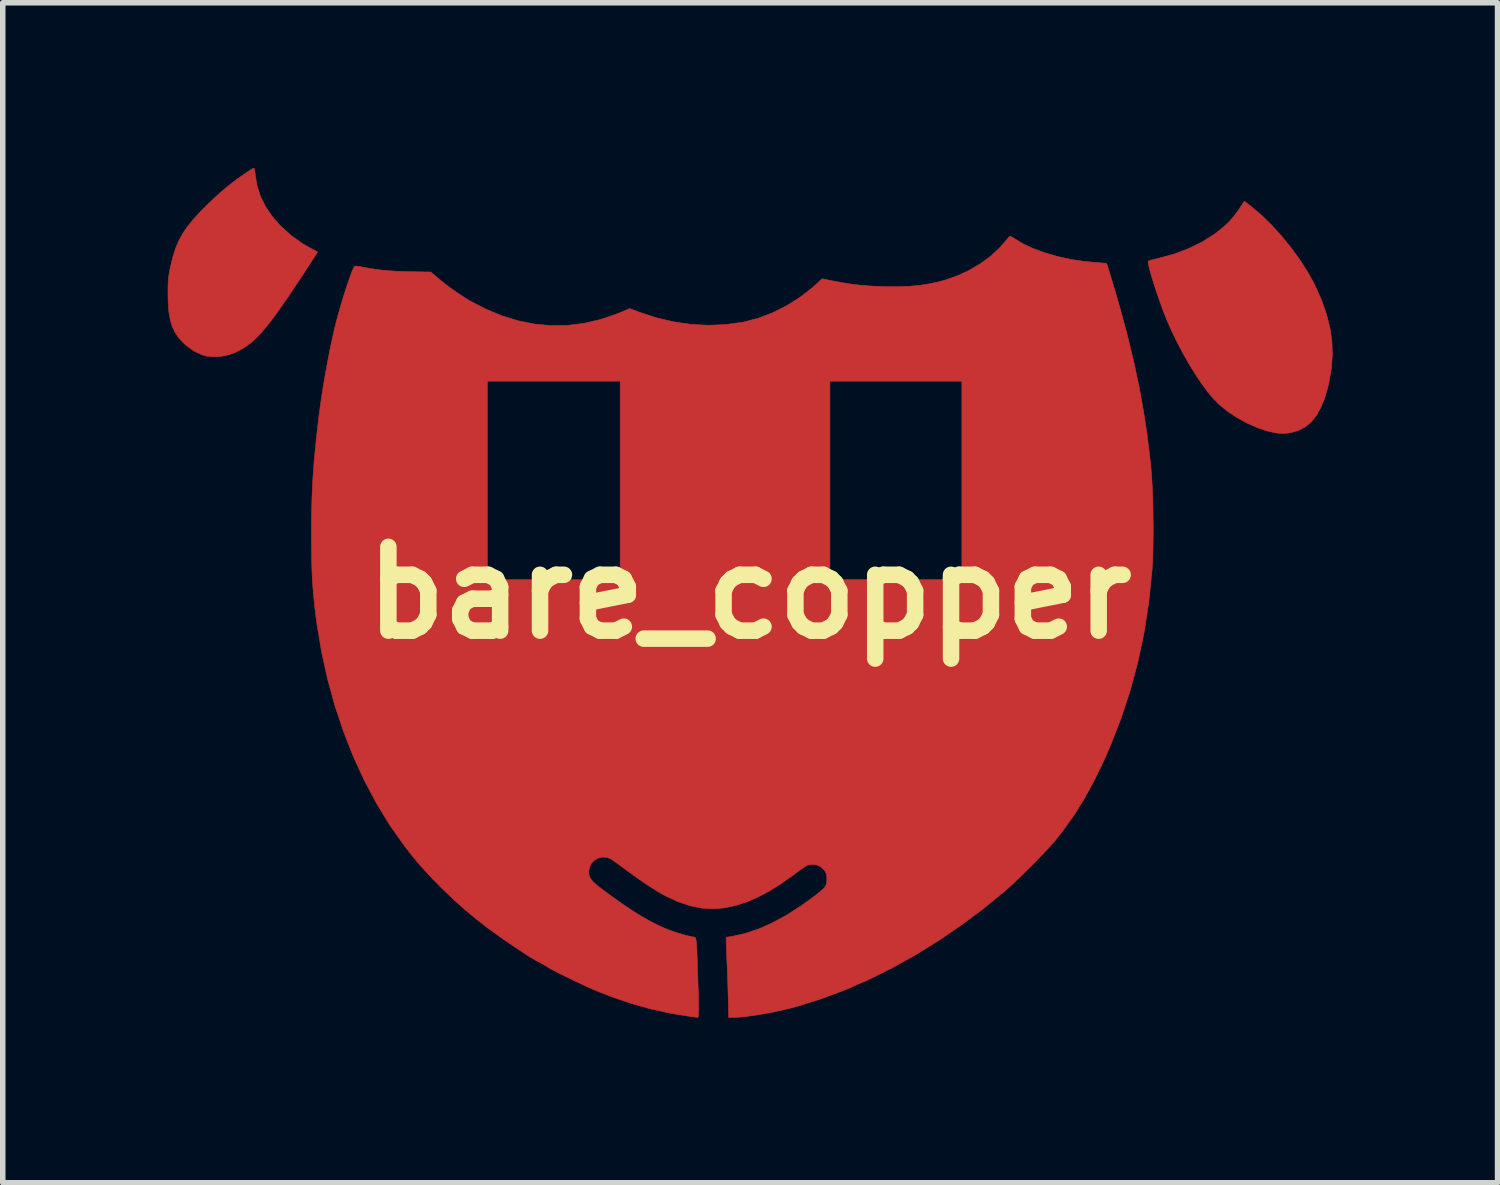
<source format=kicad_pcb>
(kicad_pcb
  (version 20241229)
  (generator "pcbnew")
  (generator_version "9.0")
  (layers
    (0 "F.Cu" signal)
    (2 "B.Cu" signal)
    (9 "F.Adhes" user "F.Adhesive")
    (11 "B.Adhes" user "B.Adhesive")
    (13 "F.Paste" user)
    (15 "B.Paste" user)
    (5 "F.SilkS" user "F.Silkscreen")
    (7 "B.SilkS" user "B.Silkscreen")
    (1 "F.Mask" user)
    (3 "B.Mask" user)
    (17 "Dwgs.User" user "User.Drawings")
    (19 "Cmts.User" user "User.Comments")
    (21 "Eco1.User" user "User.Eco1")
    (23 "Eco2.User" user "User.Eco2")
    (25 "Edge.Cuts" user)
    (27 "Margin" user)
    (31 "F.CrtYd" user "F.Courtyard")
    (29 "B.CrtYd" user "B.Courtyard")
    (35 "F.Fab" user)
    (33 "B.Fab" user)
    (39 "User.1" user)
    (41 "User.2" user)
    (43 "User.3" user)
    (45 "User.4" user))
  (footprint "bare_copper"
    (layer "F.Cu")
    (at 10.581 7.73)
    (property "Reference" "bare_copper" (at 0 0 0) (layer "F.SilkS") (effects (font (size 1.524 1.524) (thickness 0.3))))
    (attr through_hole)
    (fp_poly (pts (xy -9.006 -7.71) (xy -8.998 -7.672) (xy -8.991 -7.616) (xy -8.989 -7.602) (xy -8.956 -7.401) (xy -8.892 -7.205) (xy -8.797 -7.016) (xy -8.674 -6.836) (xy -8.525 -6.668) (xy -8.333 -6.495) (xy -8.128 -6.349) (xy -7.991 -6.271) (xy -7.854 -6.197) (xy -7.975 -6.011) (xy -8.13 -5.773) (xy -8.271 -5.561) (xy -8.398 -5.372) (xy -8.513 -5.205) (xy -8.618 -5.059) (xy -8.713 -4.932) (xy -8.801 -4.822) (xy -8.882 -4.727) (xy -8.959 -4.646) (xy -9.032 -4.577) (xy -9.103 -4.518) (xy -9.174 -4.468) (xy -9.245 -4.425) (xy -9.319 -4.387) (xy -9.352 -4.371) (xy -9.481 -4.325) (xy -9.618 -4.298) (xy -9.753 -4.291) (xy -9.878 -4.304) (xy -9.949 -4.324) (xy -10.102 -4.396) (xy -10.244 -4.497) (xy -10.306 -4.555) (xy -10.386 -4.644) (xy -10.45 -4.739) (xy -10.499 -4.845) (xy -10.535 -4.964) (xy -10.559 -5.102) (xy -10.572 -5.263) (xy -10.576 -5.428) (xy -10.575 -5.539) (xy -10.573 -5.627) (xy -10.569 -5.7) (xy -10.561 -5.767) (xy -10.55 -5.836) (xy -10.534 -5.915) (xy -10.491 -6.095) (xy -10.441 -6.254) (xy -10.382 -6.397) (xy -10.309 -6.531) (xy -10.22 -6.662) (xy -10.11 -6.796) (xy -9.977 -6.941) (xy -9.968 -6.95) (xy -9.825 -7.093) (xy -9.676 -7.231) (xy -9.53 -7.358) (xy -9.395 -7.466) (xy -9.386 -7.473) (xy -9.323 -7.519) (xy -9.254 -7.568) (xy -9.186 -7.616) (xy -9.122 -7.659) (xy -9.068 -7.694) (xy -9.03 -7.717) (xy -9.013 -7.725) (xy -9.006 -7.71)) (stroke (width 0.01) (type solid)) (fill yes) (layer "F.Cu"))
    (fp_poly (pts (xy 9.127 -7.022) (xy 9.31 -6.868) (xy 9.494 -6.688) (xy 9.675 -6.489) (xy 9.848 -6.276) (xy 10.008 -6.056) (xy 10.151 -5.834) (xy 10.271 -5.617) (xy 10.283 -5.591) (xy 10.403 -5.323) (xy 10.493 -5.066) (xy 10.556 -4.816) (xy 10.592 -4.569) (xy 10.6 -4.323) (xy 10.581 -4.073) (xy 10.536 -3.817) (xy 10.514 -3.725) (xy 10.455 -3.527) (xy 10.386 -3.359) (xy 10.306 -3.219) (xy 10.214 -3.106) (xy 10.109 -3.018) (xy 9.99 -2.955) (xy 9.856 -2.916) (xy 9.823 -2.91) (xy 9.748 -2.899) (xy 9.689 -2.896) (xy 9.631 -2.9) (xy 9.593 -2.904) (xy 9.421 -2.94) (xy 9.24 -3.001) (xy 9.056 -3.081) (xy 8.876 -3.179) (xy 8.707 -3.29) (xy 8.555 -3.411) (xy 8.444 -3.52) (xy 8.339 -3.645) (xy 8.228 -3.795) (xy 8.113 -3.966) (xy 7.998 -4.153) (xy 7.885 -4.351) (xy 7.777 -4.556) (xy 7.677 -4.762) (xy 7.588 -4.964) (xy 7.553 -5.052) (xy 7.51 -5.164) (xy 7.467 -5.283) (xy 7.424 -5.405) (xy 7.384 -5.526) (xy 7.346 -5.643) (xy 7.313 -5.752) (xy 7.286 -5.848) (xy 7.265 -5.928) (xy 7.252 -5.988) (xy 7.249 -6.024) (xy 7.251 -6.032) (xy 7.269 -6.039) (xy 7.312 -6.052) (xy 7.374 -6.067) (xy 7.448 -6.085) (xy 7.457 -6.087) (xy 7.737 -6.165) (xy 7.999 -6.265) (xy 8.24 -6.385) (xy 8.459 -6.525) (xy 8.49 -6.548) (xy 8.612 -6.645) (xy 8.714 -6.74) (xy 8.803 -6.841) (xy 8.89 -6.957) (xy 8.912 -6.99) (xy 8.999 -7.121) (xy 9.127 -7.022)) (stroke (width 0.01) (type solid)) (fill yes) (layer "F.Cu"))
    (fp_poly (pts (xy 4.758 -6.477) (xy 4.794 -6.456) (xy 4.823 -6.437) (xy 4.982 -6.342) (xy 5.168 -6.257) (xy 5.375 -6.181) (xy 5.597 -6.117) (xy 5.831 -6.065) (xy 6.071 -6.028) (xy 6.269 -6.009) (xy 6.349 -6.003) (xy 6.416 -5.997) (xy 6.466 -5.993) (xy 6.491 -5.99) (xy 6.493 -5.989) (xy 6.501 -5.971) (xy 6.515 -5.927) (xy 6.536 -5.86) (xy 6.562 -5.775) (xy 6.592 -5.676) (xy 6.624 -5.568) (xy 6.658 -5.454) (xy 6.691 -5.338) (xy 6.724 -5.225) (xy 6.754 -5.119) (xy 6.763 -5.086) (xy 6.888 -4.617) (xy 6.995 -4.167) (xy 7.088 -3.73) (xy 7.166 -3.297) (xy 7.232 -2.863) (xy 7.286 -2.42) (xy 7.298 -2.305) (xy 7.311 -2.151) (xy 7.322 -1.973) (xy 7.33 -1.775) (xy 7.337 -1.565) (xy 7.34 -1.349) (xy 7.342 -1.133) (xy 7.34 -0.923) (xy 7.336 -0.726) (xy 7.329 -0.549) (xy 7.321 -0.413) (xy 7.263 0.158) (xy 7.177 0.715) (xy 7.063 1.257) (xy 6.921 1.787) (xy 6.75 2.305) (xy 6.55 2.813) (xy 6.441 3.06) (xy 6.267 3.419) (xy 6.086 3.749) (xy 5.897 4.052) (xy 5.698 4.33) (xy 5.558 4.506) (xy 5.476 4.6) (xy 5.376 4.709) (xy 5.262 4.829) (xy 5.14 4.954) (xy 5.014 5.079) (xy 4.891 5.199) (xy 4.774 5.309) (xy 4.67 5.402) (xy 4.639 5.429) (xy 4.248 5.749) (xy 3.844 6.05) (xy 3.431 6.331) (xy 3.011 6.591) (xy 2.586 6.827) (xy 2.159 7.039) (xy 1.732 7.225) (xy 1.308 7.384) (xy 0.89 7.515) (xy 0.707 7.564) (xy 0.552 7.6) (xy 0.39 7.634) (xy 0.228 7.663) (xy 0.072 7.688) (xy -0.072 7.707) (xy -0.198 7.72) (xy -0.3 7.725) (xy -0.304 7.725) (xy -0.378 7.725) (xy -0.388 7.347) (xy -0.392 7.212) (xy -0.397 7.061) (xy -0.402 6.905) (xy -0.408 6.756) (xy -0.414 6.627) (xy -0.414 6.622) (xy -0.418 6.52) (xy -0.422 6.43) (xy -0.424 6.355) (xy -0.425 6.301) (xy -0.425 6.272) (xy -0.425 6.269) (xy -0.408 6.264) (xy -0.368 6.257) (xy -0.314 6.247) (xy -0.309 6.247) (xy -0.075 6.195) (xy 0.169 6.113) (xy 0.42 6.001) (xy 0.68 5.859) (xy 0.947 5.687) (xy 1.167 5.528) (xy 1.251 5.463) (xy 1.314 5.411) (xy 1.357 5.369) (xy 1.384 5.331) (xy 1.399 5.293) (xy 1.406 5.25) (xy 1.407 5.207) (xy 1.404 5.146) (xy 1.395 5.103) (xy 1.374 5.066) (xy 1.362 5.049) (xy 1.298 4.986) (xy 1.224 4.95) (xy 1.14 4.941) (xy 1.112 4.941) (xy 1.088 4.944) (xy 1.064 4.95) (xy 1.036 4.963) (xy 1 4.986) (xy 0.952 5.019) (xy 0.887 5.067) (xy 0.801 5.13) (xy 0.79 5.138) (xy 0.567 5.295) (xy 0.356 5.427) (xy 0.154 5.534) (xy -0.042 5.619) (xy -0.236 5.682) (xy -0.431 5.727) (xy -0.453 5.731) (xy -0.655 5.749) (xy -0.864 5.736) (xy -1.079 5.693) (xy -1.299 5.619) (xy -1.525 5.515) (xy -1.556 5.498) (xy -1.658 5.44) (xy -1.78 5.364) (xy -1.916 5.274) (xy -2.061 5.173) (xy -2.21 5.066) (xy -2.253 5.034) (xy -2.328 4.979) (xy -2.397 4.928) (xy -2.454 4.886) (xy -2.495 4.857) (xy -2.512 4.846) (xy -2.588 4.814) (xy -2.67 4.807) (xy -2.75 4.825) (xy -2.821 4.864) (xy -2.877 4.921) (xy -2.908 4.989) (xy -2.923 5.063) (xy -2.92 5.128) (xy -2.898 5.188) (xy -2.853 5.248) (xy -2.783 5.313) (xy -2.72 5.363) (xy -2.506 5.521) (xy -2.312 5.659) (xy -2.134 5.779) (xy -1.969 5.882) (xy -1.814 5.97) (xy -1.666 6.046) (xy -1.522 6.111) (xy -1.507 6.117) (xy -1.436 6.144) (xy -1.353 6.172) (xy -1.264 6.2) (xy -1.177 6.225) (xy -1.099 6.245) (xy -1.038 6.258) (xy -1.001 6.263) (xy -0.992 6.265) (xy -0.985 6.274) (xy -0.978 6.292) (xy -0.972 6.321) (xy -0.967 6.365) (xy -0.962 6.425) (xy -0.957 6.504) (xy -0.953 6.604) (xy -0.948 6.728) (xy -0.943 6.878) (xy -0.938 7.058) (xy -0.937 7.094) (xy -0.932 7.254) (xy -0.929 7.385) (xy -0.927 7.489) (xy -0.926 7.57) (xy -0.927 7.631) (xy -0.929 7.674) (xy -0.932 7.701) (xy -0.937 7.717) (xy -0.944 7.723) (xy -0.949 7.723) (xy -0.97 7.72) (xy -1.013 7.714) (xy -1.065 7.707) (xy -1.428 7.65) (xy -1.784 7.572) (xy -2.139 7.473) (xy -2.499 7.351) (xy -2.789 7.237) (xy -2.864 7.205) (xy -2.954 7.165) (xy -3.052 7.119) (xy -3.156 7.071) (xy -3.261 7.02) (xy -3.362 6.971) (xy -3.456 6.924) (xy -3.538 6.882) (xy -3.604 6.847) (xy -3.65 6.821) (xy -3.672 6.806) (xy -3.672 6.806) (xy -3.689 6.794) (xy -3.727 6.772) (xy -3.779 6.744) (xy -3.799 6.733) (xy -3.867 6.697) (xy -3.937 6.657) (xy -3.993 6.623) (xy -3.998 6.621) (xy -4.274 6.44) (xy -4.526 6.267) (xy -4.756 6.1) (xy -4.97 5.934) (xy -5.172 5.767) (xy -5.365 5.594) (xy -5.555 5.414) (xy -5.62 5.35) (xy -5.772 5.195) (xy -5.905 5.052) (xy -6.027 4.915) (xy -6.143 4.774) (xy -6.26 4.624) (xy -6.292 4.581) (xy -6.55 4.214) (xy -6.788 3.822) (xy -7.007 3.409) (xy -7.206 2.976) (xy -7.383 2.525) (xy -7.539 2.059) (xy -7.671 1.579) (xy -7.78 1.089) (xy -7.864 0.589) (xy -7.884 0.445) (xy -7.907 0.255) (xy -7.925 0.078) (xy -7.94 -0.092) (xy -7.951 -0.263) (xy -7.959 -0.44) (xy -7.964 -0.631) (xy -7.967 -0.842) (xy -7.968 -1.017) (xy -7.967 -1.307) (xy -7.962 -1.576) (xy -7.953 -1.834) (xy -7.94 -2.086) (xy -7.922 -2.341) (xy -7.898 -2.605) (xy -7.869 -2.886) (xy -7.835 -3.179) (xy -7.803 -3.422) (xy -7.764 -3.682) (xy -7.736 -3.847) (xy -4.768 -3.847) (xy -4.768 -0.238) (xy -2.352 -0.238) (xy -2.352 -3.847) (xy 1.462 -3.847) (xy 1.462 -0.238) (xy 3.862 -0.238) (xy 3.862 -3.847) (xy 1.462 -3.847) (xy -2.352 -3.847) (xy -4.768 -3.847) (xy -7.736 -3.847) (xy -7.719 -3.95) (xy -7.67 -4.216) (xy -7.62 -4.473) (xy -7.568 -4.712) (xy -7.544 -4.816) (xy -7.514 -4.934) (xy -7.48 -5.06) (xy -7.443 -5.191) (xy -7.404 -5.323) (xy -7.364 -5.452) (xy -7.325 -5.573) (xy -7.287 -5.684) (xy -7.253 -5.78) (xy -7.224 -5.856) (xy -7.2 -5.91) (xy -7.184 -5.935) (xy -7.161 -5.94) (xy -7.114 -5.936) (xy -7.046 -5.925) (xy -7.038 -5.923) (xy -6.883 -5.895) (xy -6.734 -5.873) (xy -6.581 -5.857) (xy -6.417 -5.847) (xy -6.232 -5.84) (xy -6.167 -5.839) (xy -5.794 -5.833) (xy -5.7 -5.751) (xy -5.587 -5.656) (xy -5.458 -5.557) (xy -5.323 -5.461) (xy -5.192 -5.374) (xy -5.088 -5.31) (xy -4.791 -5.157) (xy -4.494 -5.034) (xy -4.197 -4.944) (xy -3.901 -4.885) (xy -3.604 -4.858) (xy -3.307 -4.863) (xy -3.011 -4.9) (xy -2.715 -4.968) (xy -2.42 -5.068) (xy -2.349 -5.097) (xy -2.178 -5.169) (xy -1.991 -5.098) (xy -1.688 -4.999) (xy -1.378 -4.927) (xy -1.066 -4.882) (xy -0.755 -4.865) (xy -0.448 -4.876) (xy -0.151 -4.916) (xy -0.087 -4.928) (xy 0.169 -4.996) (xy 0.423 -5.094) (xy 0.672 -5.219) (xy 0.909 -5.367) (xy 1.131 -5.538) (xy 1.213 -5.611) (xy 1.32 -5.71) (xy 1.53 -5.668) (xy 1.705 -5.636) (xy 1.865 -5.611) (xy 2.02 -5.593) (xy 2.182 -5.58) (xy 2.359 -5.571) (xy 2.459 -5.568) (xy 2.691 -5.566) (xy 2.899 -5.573) (xy 3.09 -5.59) (xy 3.27 -5.618) (xy 3.448 -5.657) (xy 3.562 -5.688) (xy 3.784 -5.766) (xy 3.998 -5.866) (xy 4.2 -5.985) (xy 4.383 -6.12) (xy 4.545 -6.269) (xy 4.651 -6.39) (xy 4.688 -6.436) (xy 4.719 -6.469) (xy 4.737 -6.485) (xy 4.738 -6.485) (xy 4.758 -6.477)) (stroke (width 0.01) (type solid)) (fill yes) (layer "F.Cu"))
    (fp_poly (pts (xy -9.006 -7.71) (xy -8.998 -7.672) (xy -8.991 -7.616) (xy -8.989 -7.602) (xy -8.956 -7.401) (xy -8.892 -7.205) (xy -8.797 -7.016) (xy -8.674 -6.836) (xy -8.525 -6.668) (xy -8.333 -6.495) (xy -8.128 -6.349) (xy -7.991 -6.271) (xy -7.854 -6.197) (xy -7.975 -6.011) (xy -8.13 -5.773) (xy -8.271 -5.561) (xy -8.398 -5.372) (xy -8.513 -5.205) (xy -8.618 -5.059) (xy -8.713 -4.932) (xy -8.801 -4.822) (xy -8.882 -4.727) (xy -8.959 -4.646) (xy -9.032 -4.577) (xy -9.103 -4.518) (xy -9.174 -4.468) (xy -9.245 -4.425) (xy -9.319 -4.387) (xy -9.352 -4.371) (xy -9.481 -4.325) (xy -9.618 -4.298) (xy -9.753 -4.291) (xy -9.878 -4.304) (xy -9.949 -4.324) (xy -10.102 -4.396) (xy -10.244 -4.497) (xy -10.306 -4.555) (xy -10.386 -4.644) (xy -10.45 -4.739) (xy -10.499 -4.845) (xy -10.535 -4.964) (xy -10.559 -5.102) (xy -10.572 -5.263) (xy -10.576 -5.428) (xy -10.575 -5.539) (xy -10.573 -5.627) (xy -10.569 -5.7) (xy -10.561 -5.767) (xy -10.55 -5.836) (xy -10.534 -5.915) (xy -10.491 -6.095) (xy -10.441 -6.254) (xy -10.382 -6.397) (xy -10.309 -6.531) (xy -10.22 -6.662) (xy -10.11 -6.796) (xy -9.977 -6.941) (xy -9.968 -6.95) (xy -9.825 -7.093) (xy -9.676 -7.231) (xy -9.53 -7.358) (xy -9.395 -7.466) (xy -9.386 -7.473) (xy -9.323 -7.519) (xy -9.254 -7.568) (xy -9.186 -7.616) (xy -9.122 -7.659) (xy -9.068 -7.694) (xy -9.03 -7.717) (xy -9.013 -7.725) (xy -9.006 -7.71)) (stroke (width 0.01) (type solid)) (fill yes) (layer "F.Mask"))
    (fp_poly (pts (xy 9.127 -7.022) (xy 9.31 -6.868) (xy 9.494 -6.688) (xy 9.675 -6.489) (xy 9.848 -6.276) (xy 10.008 -6.056) (xy 10.151 -5.834) (xy 10.271 -5.617) (xy 10.283 -5.591) (xy 10.403 -5.323) (xy 10.493 -5.066) (xy 10.556 -4.816) (xy 10.592 -4.569) (xy 10.6 -4.323) (xy 10.581 -4.073) (xy 10.536 -3.817) (xy 10.514 -3.725) (xy 10.455 -3.527) (xy 10.386 -3.359) (xy 10.306 -3.219) (xy 10.214 -3.106) (xy 10.109 -3.018) (xy 9.99 -2.955) (xy 9.856 -2.916) (xy 9.823 -2.91) (xy 9.748 -2.899) (xy 9.689 -2.896) (xy 9.631 -2.9) (xy 9.593 -2.904) (xy 9.421 -2.94) (xy 9.24 -3.001) (xy 9.056 -3.081) (xy 8.876 -3.179) (xy 8.707 -3.29) (xy 8.555 -3.411) (xy 8.444 -3.52) (xy 8.339 -3.645) (xy 8.228 -3.795) (xy 8.113 -3.966) (xy 7.998 -4.153) (xy 7.885 -4.351) (xy 7.777 -4.556) (xy 7.677 -4.762) (xy 7.588 -4.964) (xy 7.553 -5.052) (xy 7.51 -5.164) (xy 7.467 -5.283) (xy 7.424 -5.405) (xy 7.384 -5.526) (xy 7.346 -5.643) (xy 7.313 -5.752) (xy 7.286 -5.848) (xy 7.265 -5.928) (xy 7.252 -5.988) (xy 7.249 -6.024) (xy 7.251 -6.032) (xy 7.269 -6.039) (xy 7.312 -6.052) (xy 7.374 -6.067) (xy 7.448 -6.085) (xy 7.457 -6.087) (xy 7.737 -6.165) (xy 7.999 -6.265) (xy 8.24 -6.385) (xy 8.459 -6.525) (xy 8.49 -6.548) (xy 8.612 -6.645) (xy 8.714 -6.74) (xy 8.803 -6.841) (xy 8.89 -6.957) (xy 8.912 -6.99) (xy 8.999 -7.121) (xy 9.127 -7.022)) (stroke (width 0.01) (type solid)) (fill yes) (layer "F.Mask"))
    (fp_poly (pts (xy 4.758 -6.477) (xy 4.794 -6.456) (xy 4.823 -6.437) (xy 4.982 -6.342) (xy 5.168 -6.257) (xy 5.375 -6.181) (xy 5.597 -6.117) (xy 5.831 -6.065) (xy 6.071 -6.028) (xy 6.269 -6.009) (xy 6.349 -6.003) (xy 6.416 -5.997) (xy 6.466 -5.993) (xy 6.491 -5.99) (xy 6.493 -5.989) (xy 6.501 -5.971) (xy 6.515 -5.927) (xy 6.536 -5.86) (xy 6.562 -5.775) (xy 6.592 -5.676) (xy 6.624 -5.568) (xy 6.658 -5.454) (xy 6.691 -5.338) (xy 6.724 -5.225) (xy 6.754 -5.119) (xy 6.763 -5.086) (xy 6.888 -4.617) (xy 6.995 -4.167) (xy 7.088 -3.73) (xy 7.166 -3.297) (xy 7.232 -2.863) (xy 7.286 -2.42) (xy 7.298 -2.305) (xy 7.311 -2.151) (xy 7.322 -1.973) (xy 7.33 -1.775) (xy 7.337 -1.565) (xy 7.34 -1.349) (xy 7.342 -1.133) (xy 7.34 -0.923) (xy 7.336 -0.726) (xy 7.329 -0.549) (xy 7.321 -0.413) (xy 7.263 0.158) (xy 7.177 0.715) (xy 7.063 1.257) (xy 6.921 1.787) (xy 6.75 2.305) (xy 6.55 2.813) (xy 6.441 3.06) (xy 6.267 3.419) (xy 6.086 3.749) (xy 5.897 4.052) (xy 5.698 4.33) (xy 5.558 4.506) (xy 5.476 4.6) (xy 5.376 4.709) (xy 5.262 4.829) (xy 5.14 4.954) (xy 5.014 5.079) (xy 4.891 5.199) (xy 4.774 5.309) (xy 4.67 5.402) (xy 4.639 5.429) (xy 4.248 5.749) (xy 3.844 6.05) (xy 3.431 6.331) (xy 3.011 6.591) (xy 2.586 6.827) (xy 2.159 7.039) (xy 1.732 7.225) (xy 1.308 7.384) (xy 0.89 7.515) (xy 0.707 7.564) (xy 0.552 7.6) (xy 0.39 7.634) (xy 0.228 7.663) (xy 0.072 7.688) (xy -0.072 7.707) (xy -0.198 7.72) (xy -0.3 7.725) (xy -0.304 7.725) (xy -0.378 7.725) (xy -0.388 7.347) (xy -0.392 7.212) (xy -0.397 7.061) (xy -0.402 6.905) (xy -0.408 6.756) (xy -0.414 6.627) (xy -0.414 6.622) (xy -0.418 6.52) (xy -0.422 6.43) (xy -0.424 6.355) (xy -0.425 6.301) (xy -0.425 6.272) (xy -0.425 6.269) (xy -0.408 6.264) (xy -0.368 6.257) (xy -0.314 6.247) (xy -0.309 6.247) (xy -0.075 6.195) (xy 0.169 6.113) (xy 0.42 6.001) (xy 0.68 5.859) (xy 0.947 5.687) (xy 1.167 5.528) (xy 1.251 5.463) (xy 1.314 5.411) (xy 1.357 5.369) (xy 1.384 5.331) (xy 1.399 5.293) (xy 1.406 5.25) (xy 1.407 5.207) (xy 1.404 5.146) (xy 1.395 5.103) (xy 1.374 5.066) (xy 1.362 5.049) (xy 1.298 4.986) (xy 1.224 4.95) (xy 1.14 4.941) (xy 1.112 4.941) (xy 1.088 4.944) (xy 1.064 4.95) (xy 1.036 4.963) (xy 1 4.986) (xy 0.952 5.019) (xy 0.887 5.067) (xy 0.801 5.13) (xy 0.79 5.138) (xy 0.567 5.295) (xy 0.356 5.427) (xy 0.154 5.534) (xy -0.042 5.619) (xy -0.236 5.682) (xy -0.431 5.727) (xy -0.453 5.731) (xy -0.655 5.749) (xy -0.864 5.736) (xy -1.079 5.693) (xy -1.299 5.619) (xy -1.525 5.515) (xy -1.556 5.498) (xy -1.658 5.44) (xy -1.78 5.364) (xy -1.916 5.274) (xy -2.061 5.173) (xy -2.21 5.066) (xy -2.253 5.034) (xy -2.328 4.979) (xy -2.397 4.928) (xy -2.454 4.886) (xy -2.495 4.857) (xy -2.512 4.846) (xy -2.588 4.814) (xy -2.67 4.807) (xy -2.75 4.825) (xy -2.821 4.864) (xy -2.877 4.921) (xy -2.908 4.989) (xy -2.923 5.063) (xy -2.92 5.128) (xy -2.898 5.188) (xy -2.853 5.248) (xy -2.783 5.313) (xy -2.72 5.363) (xy -2.506 5.521) (xy -2.312 5.659) (xy -2.134 5.779) (xy -1.969 5.882) (xy -1.814 5.97) (xy -1.666 6.046) (xy -1.522 6.111) (xy -1.507 6.117) (xy -1.436 6.144) (xy -1.353 6.172) (xy -1.264 6.2) (xy -1.177 6.225) (xy -1.099 6.245) (xy -1.038 6.258) (xy -1.001 6.263) (xy -0.992 6.265) (xy -0.985 6.274) (xy -0.978 6.292) (xy -0.972 6.321) (xy -0.967 6.365) (xy -0.962 6.425) (xy -0.957 6.504) (xy -0.953 6.604) (xy -0.948 6.728) (xy -0.943 6.878) (xy -0.938 7.058) (xy -0.937 7.094) (xy -0.932 7.254) (xy -0.929 7.385) (xy -0.927 7.489) (xy -0.926 7.57) (xy -0.927 7.631) (xy -0.929 7.674) (xy -0.932 7.701) (xy -0.937 7.717) (xy -0.944 7.723) (xy -0.949 7.723) (xy -0.97 7.72) (xy -1.013 7.714) (xy -1.065 7.707) (xy -1.428 7.65) (xy -1.784 7.572) (xy -2.139 7.473) (xy -2.499 7.351) (xy -2.789 7.237) (xy -2.864 7.205) (xy -2.954 7.165) (xy -3.052 7.119) (xy -3.156 7.071) (xy -3.261 7.02) (xy -3.362 6.971) (xy -3.456 6.924) (xy -3.538 6.882) (xy -3.604 6.847) (xy -3.65 6.821) (xy -3.672 6.806) (xy -3.672 6.806) (xy -3.689 6.794) (xy -3.727 6.772) (xy -3.779 6.744) (xy -3.799 6.733) (xy -3.867 6.697) (xy -3.937 6.657) (xy -3.993 6.623) (xy -3.998 6.621) (xy -4.274 6.44) (xy -4.526 6.267) (xy -4.756 6.1) (xy -4.97 5.934) (xy -5.172 5.767) (xy -5.365 5.594) (xy -5.555 5.414) (xy -5.62 5.35) (xy -5.772 5.195) (xy -5.905 5.052) (xy -6.027 4.915) (xy -6.143 4.774) (xy -6.26 4.624) (xy -6.292 4.581) (xy -6.55 4.214) (xy -6.788 3.822) (xy -7.007 3.409) (xy -7.206 2.976) (xy -7.383 2.525) (xy -7.539 2.059) (xy -7.671 1.579) (xy -7.78 1.089) (xy -7.864 0.589) (xy -7.884 0.445) (xy -7.907 0.255) (xy -7.925 0.078) (xy -7.94 -0.092) (xy -7.951 -0.263) (xy -7.959 -0.44) (xy -7.964 -0.631) (xy -7.967 -0.842) (xy -7.968 -1.017) (xy -7.967 -1.307) (xy -7.962 -1.576) (xy -7.953 -1.834) (xy -7.94 -2.086) (xy -7.922 -2.341) (xy -7.898 -2.605) (xy -7.869 -2.886) (xy -7.835 -3.179) (xy -7.803 -3.422) (xy -7.764 -3.682) (xy -7.736 -3.847) (xy -4.768 -3.847) (xy -4.768 -0.238) (xy -2.352 -0.238) (xy -2.352 -3.847) (xy 1.462 -3.847) (xy 1.462 -0.238) (xy 3.862 -0.238) (xy 3.862 -3.847) (xy 1.462 -3.847) (xy -2.352 -3.847) (xy -4.768 -3.847) (xy -7.736 -3.847) (xy -7.719 -3.95) (xy -7.67 -4.216) (xy -7.62 -4.473) (xy -7.568 -4.712) (xy -7.544 -4.816) (xy -7.514 -4.934) (xy -7.48 -5.06) (xy -7.443 -5.191) (xy -7.404 -5.323) (xy -7.364 -5.452) (xy -7.325 -5.573) (xy -7.287 -5.684) (xy -7.253 -5.78) (xy -7.224 -5.856) (xy -7.2 -5.91) (xy -7.184 -5.935) (xy -7.161 -5.94) (xy -7.114 -5.936) (xy -7.046 -5.925) (xy -7.038 -5.923) (xy -6.883 -5.895) (xy -6.734 -5.873) (xy -6.581 -5.857) (xy -6.417 -5.847) (xy -6.232 -5.84) (xy -6.167 -5.839) (xy -5.794 -5.833) (xy -5.7 -5.751) (xy -5.587 -5.656) (xy -5.458 -5.557) (xy -5.323 -5.461) (xy -5.192 -5.374) (xy -5.088 -5.31) (xy -4.791 -5.157) (xy -4.494 -5.034) (xy -4.197 -4.944) (xy -3.901 -4.885) (xy -3.604 -4.858) (xy -3.307 -4.863) (xy -3.011 -4.9) (xy -2.715 -4.968) (xy -2.42 -5.068) (xy -2.349 -5.097) (xy -2.178 -5.169) (xy -1.991 -5.098) (xy -1.688 -4.999) (xy -1.378 -4.927) (xy -1.066 -4.882) (xy -0.755 -4.865) (xy -0.448 -4.876) (xy -0.151 -4.916) (xy -0.087 -4.928) (xy 0.169 -4.996) (xy 0.423 -5.094) (xy 0.672 -5.219) (xy 0.909 -5.367) (xy 1.131 -5.538) (xy 1.213 -5.611) (xy 1.32 -5.71) (xy 1.53 -5.668) (xy 1.705 -5.636) (xy 1.865 -5.611) (xy 2.02 -5.593) (xy 2.182 -5.58) (xy 2.359 -5.571) (xy 2.459 -5.568) (xy 2.691 -5.566) (xy 2.899 -5.573) (xy 3.09 -5.59) (xy 3.27 -5.618) (xy 3.448 -5.657) (xy 3.562 -5.688) (xy 3.784 -5.766) (xy 3.998 -5.866) (xy 4.2 -5.985) (xy 4.383 -6.12) (xy 4.545 -6.269) (xy 4.651 -6.39) (xy 4.688 -6.436) (xy 4.719 -6.469) (xy 4.737 -6.485) (xy 4.738 -6.485) (xy 4.758 -6.477)) (stroke (width 0.01) (type solid)) (fill yes) (layer "F.Mask")))
  (gr_rect
    (start -3 -3)
    (end 24.185 18.46)
    (stroke (width 0.1) (type default))
    (fill no)
    (layer "Edge.Cuts")))
</source>
